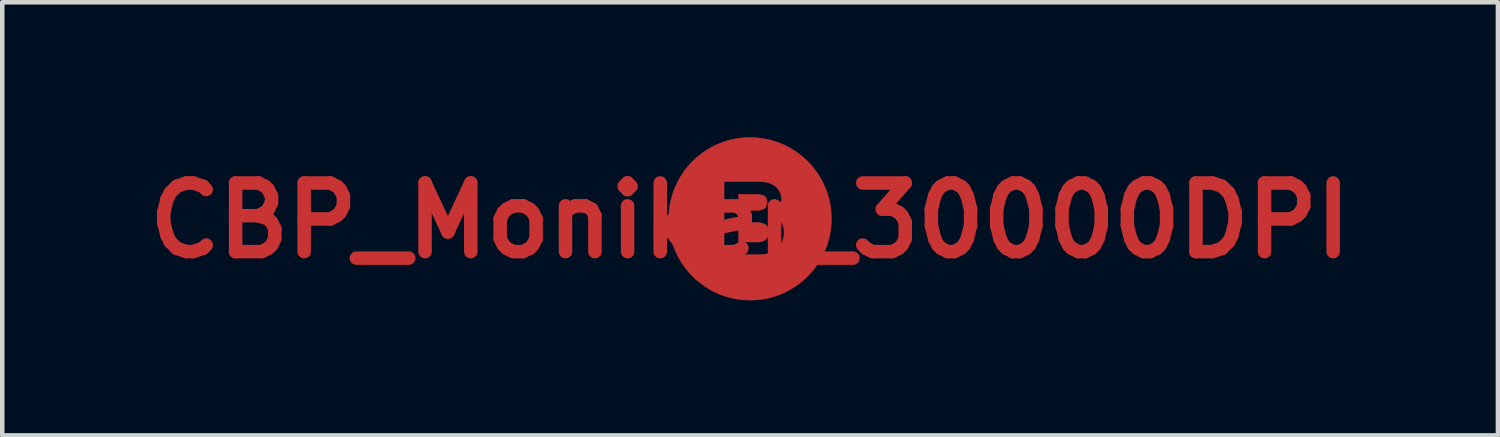
<source format=kicad_pcb>
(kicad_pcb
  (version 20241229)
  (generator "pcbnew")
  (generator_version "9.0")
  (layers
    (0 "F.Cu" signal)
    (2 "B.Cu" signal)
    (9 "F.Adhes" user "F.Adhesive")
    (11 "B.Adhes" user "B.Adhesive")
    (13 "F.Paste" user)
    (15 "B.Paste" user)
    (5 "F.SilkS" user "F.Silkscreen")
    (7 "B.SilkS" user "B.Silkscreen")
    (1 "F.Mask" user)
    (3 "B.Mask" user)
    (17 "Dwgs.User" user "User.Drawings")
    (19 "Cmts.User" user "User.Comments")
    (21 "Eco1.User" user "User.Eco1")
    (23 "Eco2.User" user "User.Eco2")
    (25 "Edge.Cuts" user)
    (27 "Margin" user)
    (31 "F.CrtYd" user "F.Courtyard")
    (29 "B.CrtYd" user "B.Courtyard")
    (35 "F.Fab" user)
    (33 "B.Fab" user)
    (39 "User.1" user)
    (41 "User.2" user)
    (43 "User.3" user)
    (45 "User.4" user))
  (footprint "CBP_Moniker_30000DPI"
    (layer "F.Cu")
    (at 13.614 1.85)
    (property "Reference" "CBP_Moniker_30000DPI" (at 0 0 0) (layer "F.Cu") (effects (font (size 1.524 1.524) (thickness 0.3))))
    (attr through_hole)
    (fp_poly (pts (xy -0.071 -0.583) (xy -0.051 -0.583) (xy -0.032 -0.583) (xy -0.014 -0.583) (xy 0.004 -0.583) (xy 0.021 -0.583) (xy 0.037 -0.583) (xy 0.052 -0.583) (xy 0.066 -0.583) (xy 0.079 -0.583) (xy 0.091 -0.583) (xy 0.101 -0.583) (xy 0.111 -0.583) (xy 0.119 -0.583) (xy 0.125 -0.583) (xy 0.13 -0.583) (xy 0.134 -0.582) (xy 0.134 -0.582) (xy 0.158 -0.581) (xy 0.182 -0.579) (xy 0.203 -0.577) (xy 0.224 -0.574) (xy 0.244 -0.57) (xy 0.262 -0.566) (xy 0.27 -0.564) (xy 0.279 -0.562) (xy 0.286 -0.559) (xy 0.292 -0.557) (xy 0.297 -0.555) (xy 0.302 -0.553) (xy 0.304 -0.552) (xy 0.317 -0.544) (xy 0.328 -0.535) (xy 0.339 -0.525) (xy 0.348 -0.514) (xy 0.355 -0.503) (xy 0.362 -0.49) (xy 0.368 -0.475) (xy 0.372 -0.46) (xy 0.375 -0.443) (xy 0.376 -0.439) (xy 0.377 -0.434) (xy 0.377 -0.428) (xy 0.377 -0.421) (xy 0.377 -0.414) (xy 0.377 -0.406) (xy 0.377 -0.398) (xy 0.377 -0.39) (xy 0.377 -0.383) (xy 0.376 -0.377) (xy 0.376 -0.373) (xy 0.373 -0.356) (xy 0.369 -0.34) (xy 0.363 -0.326) (xy 0.357 -0.313) (xy 0.35 -0.301) (xy 0.342 -0.29) (xy 0.332 -0.28) (xy 0.321 -0.272) (xy 0.309 -0.264) (xy 0.309 -0.263) (xy 0.295 -0.256) (xy 0.28 -0.249) (xy 0.265 -0.243) (xy 0.248 -0.238) (xy 0.23 -0.233) (xy 0.211 -0.23) (xy 0.19 -0.227) (xy 0.181 -0.226) (xy 0.179 -0.226) (xy 0.177 -0.226) (xy 0.174 -0.226) (xy 0.169 -0.226) (xy 0.164 -0.225) (xy 0.158 -0.225) (xy 0.151 -0.225) (xy 0.143 -0.225) (xy 0.133 -0.225) (xy 0.122 -0.225) (xy 0.111 -0.225) (xy 0.097 -0.225) (xy 0.083 -0.225) (xy 0.067 -0.225) (xy 0.049 -0.225) (xy 0.031 -0.225) (xy 0.01 -0.225) (xy -0.012 -0.225) (xy -0.035 -0.225) (xy -0.042 -0.225) (xy -0.254 -0.224) (xy -0.254 -0.583) (xy -0.071 -0.583)) (stroke (width 0.01) (type solid)) (fill yes) (layer "F.Cu"))
    (fp_poly (pts (xy -0.039 0.045) (xy -0.014 0.045) (xy 0.009 0.045) (xy 0.031 0.045) (xy 0.051 0.045) (xy 0.07 0.045) (xy 0.087 0.045) (xy 0.102 0.045) (xy 0.116 0.046) (xy 0.129 0.046) (xy 0.14 0.046) (xy 0.15 0.046) (xy 0.159 0.046) (xy 0.167 0.046) (xy 0.173 0.046) (xy 0.178 0.046) (xy 0.182 0.046) (xy 0.185 0.046) (xy 0.187 0.046) (xy 0.188 0.046) (xy 0.201 0.048) (xy 0.214 0.049) (xy 0.225 0.051) (xy 0.235 0.052) (xy 0.245 0.054) (xy 0.254 0.055) (xy 0.258 0.056) (xy 0.277 0.061) (xy 0.295 0.067) (xy 0.312 0.074) (xy 0.327 0.082) (xy 0.341 0.091) (xy 0.353 0.101) (xy 0.36 0.107) (xy 0.371 0.119) (xy 0.38 0.131) (xy 0.388 0.144) (xy 0.395 0.159) (xy 0.401 0.174) (xy 0.406 0.19) (xy 0.409 0.208) (xy 0.41 0.217) (xy 0.411 0.222) (xy 0.411 0.229) (xy 0.411 0.238) (xy 0.411 0.246) (xy 0.411 0.255) (xy 0.411 0.264) (xy 0.411 0.273) (xy 0.41 0.28) (xy 0.41 0.287) (xy 0.409 0.29) (xy 0.406 0.311) (xy 0.402 0.33) (xy 0.396 0.347) (xy 0.389 0.364) (xy 0.381 0.379) (xy 0.372 0.394) (xy 0.362 0.407) (xy 0.35 0.419) (xy 0.337 0.43) (xy 0.323 0.439) (xy 0.308 0.448) (xy 0.304 0.45) (xy 0.294 0.454) (xy 0.283 0.458) (xy 0.272 0.462) (xy 0.26 0.466) (xy 0.247 0.468) (xy 0.234 0.471) (xy 0.219 0.473) (xy 0.202 0.475) (xy 0.187 0.477) (xy 0.185 0.477) (xy 0.182 0.477) (xy 0.178 0.477) (xy 0.173 0.477) (xy 0.166 0.477) (xy 0.158 0.477) (xy 0.149 0.478) (xy 0.139 0.478) (xy 0.127 0.478) (xy 0.114 0.478) (xy 0.099 0.478) (xy 0.083 0.478) (xy 0.065 0.478) (xy 0.046 0.478) (xy 0.025 0.478) (xy 0.003 0.478) (xy -0.021 0.478) (xy -0.039 0.478) (xy -0.254 0.478) (xy -0.254 0.045) (xy -0.039 0.045)) (stroke (width 0.01) (type solid)) (fill yes) (layer "F.Cu"))
    (fp_poly (pts (xy 0.018 -1.845) (xy 0.028 -1.845) (xy 0.039 -1.845) (xy 0.048 -1.844) (xy 0.056 -1.844) (xy 0.06 -1.844) (xy 0.091 -1.843) (xy 0.121 -1.841) (xy 0.15 -1.839) (xy 0.178 -1.836) (xy 0.179 -1.836) (xy 0.234 -1.83) (xy 0.288 -1.822) (xy 0.342 -1.813) (xy 0.396 -1.802) (xy 0.449 -1.789) (xy 0.502 -1.774) (xy 0.555 -1.758) (xy 0.607 -1.741) (xy 0.658 -1.722) (xy 0.709 -1.701) (xy 0.759 -1.679) (xy 0.809 -1.655) (xy 0.857 -1.629) (xy 0.876 -1.619) (xy 0.924 -1.591) (xy 0.971 -1.562) (xy 1.017 -1.532) (xy 1.062 -1.5) (xy 1.106 -1.467) (xy 1.149 -1.432) (xy 1.191 -1.397) (xy 1.232 -1.36) (xy 1.272 -1.321) (xy 1.311 -1.282) (xy 1.348 -1.241) (xy 1.37 -1.217) (xy 1.405 -1.175) (xy 1.438 -1.132) (xy 1.471 -1.088) (xy 1.502 -1.043) (xy 1.532 -0.997) (xy 1.56 -0.95) (xy 1.587 -0.902) (xy 1.613 -0.854) (xy 1.637 -0.805) (xy 1.659 -0.755) (xy 1.68 -0.705) (xy 1.684 -0.693) (xy 1.704 -0.642) (xy 1.721 -0.589) (xy 1.737 -0.537) (xy 1.752 -0.484) (xy 1.764 -0.43) (xy 1.775 -0.376) (xy 1.785 -0.322) (xy 1.792 -0.268) (xy 1.798 -0.213) (xy 1.803 -0.158) (xy 1.806 -0.103) (xy 1.807 -0.048) (xy 1.806 0.008) (xy 1.804 0.064) (xy 1.8 0.12) (xy 1.799 0.128) (xy 1.793 0.182) (xy 1.786 0.236) (xy 1.777 0.29) (xy 1.766 0.343) (xy 1.754 0.396) (xy 1.74 0.449) (xy 1.725 0.501) (xy 1.708 0.553) (xy 1.689 0.604) (xy 1.669 0.655) (xy 1.647 0.705) (xy 1.624 0.755) (xy 1.599 0.804) (xy 1.572 0.852) (xy 1.548 0.894) (xy 1.519 0.94) (xy 1.488 0.986) (xy 1.456 1.031) (xy 1.423 1.075) (xy 1.388 1.118) (xy 1.352 1.159) (xy 1.315 1.2) (xy 1.277 1.24) (xy 1.237 1.278) (xy 1.196 1.315) (xy 1.155 1.351) (xy 1.112 1.386) (xy 1.087 1.405) (xy 1.046 1.434) (xy 1.006 1.462) (xy 0.964 1.489) (xy 0.921 1.516) (xy 0.877 1.541) (xy 0.86 1.551) (xy 0.852 1.555) (xy 0.843 1.559) (xy 0.833 1.565) (xy 0.823 1.57) (xy 0.812 1.576) (xy 0.8 1.581) (xy 0.789 1.587) (xy 0.778 1.592) (xy 0.768 1.597) (xy 0.759 1.601) (xy 0.751 1.605) (xy 0.749 1.606) (xy 0.698 1.628) (xy 0.647 1.649) (xy 0.595 1.668) (xy 0.543 1.685) (xy 0.49 1.701) (xy 0.437 1.715) (xy 0.384 1.727) (xy 0.33 1.738) (xy 0.276 1.747) (xy 0.221 1.754) (xy 0.166 1.76) (xy 0.11 1.764) (xy 0.096 1.765) (xy 0.08 1.766) (xy 0.064 1.767) (xy 0.047 1.767) (xy 0.029 1.767) (xy 0.011 1.768) (xy -0.006 1.768) (xy -0.023 1.768) (xy -0.039 1.767) (xy -0.044 1.767) (xy -0.099 1.765) (xy -0.155 1.761) (xy -0.21 1.756) (xy -0.264 1.748) (xy -0.319 1.74) (xy -0.373 1.729) (xy -0.426 1.717) (xy -0.479 1.703) (xy -0.531 1.688) (xy -0.583 1.671) (xy -0.635 1.653) (xy -0.686 1.633) (xy -0.736 1.611) (xy -0.786 1.588) (xy -0.835 1.564) (xy -0.883 1.537) (xy -0.926 1.513) (xy -0.973 1.483) (xy -1.019 1.453) (xy -1.064 1.421) (xy -1.109 1.387) (xy -1.152 1.353) (xy -1.194 1.317) (xy -1.234 1.28) (xy -1.274 1.242) (xy -1.312 1.202) (xy -1.35 1.162) (xy -1.386 1.12) (xy -1.42 1.077) (xy -1.454 1.033) (xy -1.486 0.988) (xy -1.506 0.959) (xy -1.535 0.913) (xy -1.564 0.866) (xy -1.591 0.817) (xy -1.616 0.769) (xy -1.62 0.76) (xy -0.578 0.76) (xy -0.195 0.76) (xy -0.163 0.76) (xy -0.131 0.76) (xy -0.101 0.76) (xy -0.072 0.76) (xy -0.045 0.76) (xy -0.019 0.76) (xy 0.006 0.76) (xy 0.03 0.76) (xy 0.052 0.76) (xy 0.073 0.76) (xy 0.093 0.76) (xy 0.111 0.76) (xy 0.128 0.76) (xy 0.143 0.76) (xy 0.156 0.76) (xy 0.168 0.76) (xy 0.179 0.76) (xy 0.188 0.76) (xy 0.195 0.76) (xy 0.201 0.76) (xy 0.205 0.76) (xy 0.207 0.759) (xy 0.24 0.758) (xy 0.273 0.755) (xy 0.305 0.752) (xy 0.335 0.747) (xy 0.364 0.742) (xy 0.379 0.739) (xy 0.406 0.733) (xy 0.432 0.726) (xy 0.457 0.717) (xy 0.481 0.708) (xy 0.504 0.697) (xy 0.527 0.684) (xy 0.548 0.671) (xy 0.569 0.656) (xy 0.589 0.64) (xy 0.591 0.639) (xy 0.595 0.635) (xy 0.6 0.63) (xy 0.606 0.624) (xy 0.612 0.618) (xy 0.619 0.612) (xy 0.625 0.605) (xy 0.63 0.599) (xy 0.636 0.594) (xy 0.64 0.589) (xy 0.641 0.588) (xy 0.658 0.565) (xy 0.675 0.542) (xy 0.69 0.517) (xy 0.703 0.493) (xy 0.715 0.469) (xy 0.725 0.443) (xy 0.734 0.417) (xy 0.741 0.39) (xy 0.747 0.363) (xy 0.751 0.342) (xy 0.752 0.334) (xy 0.752 0.327) (xy 0.753 0.32) (xy 0.754 0.314) (xy 0.754 0.307) (xy 0.754 0.301) (xy 0.755 0.293) (xy 0.755 0.285) (xy 0.755 0.276) (xy 0.755 0.268) (xy 0.755 0.257) (xy 0.755 0.247) (xy 0.754 0.239) (xy 0.754 0.231) (xy 0.754 0.223) (xy 0.753 0.216) (xy 0.752 0.209) (xy 0.751 0.201) (xy 0.75 0.193) (xy 0.746 0.167) (xy 0.74 0.142) (xy 0.733 0.117) (xy 0.724 0.094) (xy 0.714 0.072) (xy 0.703 0.05) (xy 0.691 0.03) (xy 0.677 0.011) (xy 0.662 -0.008) (xy 0.646 -0.025) (xy 0.643 -0.028) (xy 0.628 -0.042) (xy 0.612 -0.054) (xy 0.596 -0.066) (xy 0.578 -0.077) (xy 0.56 -0.087) (xy 0.541 -0.097) (xy 0.52 -0.106) (xy 0.506 -0.111) (xy 0.506 -0.111) (xy 0.506 -0.112) (xy 0.506 -0.113) (xy 0.508 -0.114) (xy 0.511 -0.115) (xy 0.515 -0.118) (xy 0.516 -0.118) (xy 0.538 -0.131) (xy 0.558 -0.144) (xy 0.577 -0.157) (xy 0.594 -0.171) (xy 0.601 -0.177) (xy 0.616 -0.192) (xy 0.631 -0.208) (xy 0.644 -0.226) (xy 0.655 -0.245) (xy 0.666 -0.264) (xy 0.675 -0.285) (xy 0.683 -0.307) (xy 0.689 -0.329) (xy 0.694 -0.353) (xy 0.698 -0.378) (xy 0.698 -0.379) (xy 0.701 -0.401) (xy 0.702 -0.424) (xy 0.702 -0.447) (xy 0.702 -0.47) (xy 0.7 -0.493) (xy 0.699 -0.505) (xy 0.695 -0.531) (xy 0.69 -0.556) (xy 0.683 -0.581) (xy 0.675 -0.605) (xy 0.665 -0.628) (xy 0.654 -0.65) (xy 0.642 -0.671) (xy 0.628 -0.692) (xy 0.613 -0.711) (xy 0.613 -0.711) (xy 0.6 -0.726) (xy 0.586 -0.74) (xy 0.57 -0.754) (xy 0.554 -0.767) (xy 0.538 -0.779) (xy 0.535 -0.781) (xy 0.522 -0.789) (xy 0.507 -0.798) (xy 0.491 -0.806) (xy 0.475 -0.814) (xy 0.458 -0.821) (xy 0.441 -0.827) (xy 0.426 -0.833) (xy 0.41 -0.838) (xy 0.394 -0.842) (xy 0.378 -0.846) (xy 0.362 -0.85) (xy 0.345 -0.853) (xy 0.327 -0.856) (xy 0.309 -0.858) (xy 0.289 -0.861) (xy 0.268 -0.863) (xy 0.257 -0.864) (xy 0.255 -0.864) (xy 0.253 -0.864) (xy 0.25 -0.864) (xy 0.246 -0.864) (xy 0.242 -0.864) (xy 0.237 -0.864) (xy 0.23 -0.864) (xy 0.223 -0.864) (xy 0.215 -0.864) (xy 0.205 -0.864) (xy 0.195 -0.864) (xy 0.184 -0.865) (xy 0.171 -0.865) (xy 0.157 -0.865) (xy 0.143 -0.865) (xy 0.126 -0.865) (xy 0.109 -0.865) (xy 0.09 -0.865) (xy 0.07 -0.865) (xy 0.049 -0.865) (xy 0.026 -0.865) (xy 0.002 -0.865) (xy -0.024 -0.865) (xy -0.052 -0.865) (xy -0.08 -0.865) (xy -0.111 -0.865) (xy -0.143 -0.865) (xy -0.167 -0.865) (xy -0.578 -0.865) (xy -0.578 0.76) (xy -1.62 0.76) (xy -1.64 0.719) (xy -1.662 0.669) (xy -1.683 0.619) (xy -1.702 0.567) (xy -1.72 0.515) (xy -1.736 0.463) (xy -1.75 0.41) (xy -1.763 0.357) (xy -1.774 0.303) (xy -1.783 0.249) (xy -1.791 0.194) (xy -1.797 0.14) (xy -1.8 0.115) (xy -1.802 0.09) (xy -1.803 0.066) (xy -1.804 0.042) (xy -1.805 0.018) (xy -1.806 -0.007) (xy -1.806 -0.033) (xy -1.806 -0.057) (xy -1.806 -0.069) (xy -1.805 -0.08) (xy -1.805 -0.089) (xy -1.805 -0.098) (xy -1.805 -0.106) (xy -1.805 -0.114) (xy -1.804 -0.122) (xy -1.804 -0.13) (xy -1.803 -0.138) (xy -1.803 -0.147) (xy -1.802 -0.157) (xy -1.802 -0.16) (xy -1.798 -0.214) (xy -1.792 -0.269) (xy -1.784 -0.323) (xy -1.775 -0.377) (xy -1.764 -0.43) (xy -1.751 -0.483) (xy -1.737 -0.536) (xy -1.721 -0.588) (xy -1.704 -0.64) (xy -1.685 -0.691) (xy -1.664 -0.742) (xy -1.642 -0.792) (xy -1.618 -0.841) (xy -1.593 -0.89) (xy -1.569 -0.934) (xy -1.541 -0.981) (xy -1.512 -1.027) (xy -1.481 -1.073) (xy -1.449 -1.118) (xy -1.415 -1.161) (xy -1.38 -1.204) (xy -1.359 -1.228) (xy -1.339 -1.251) (xy -1.317 -1.275) (xy -1.294 -1.298) (xy -1.271 -1.322) (xy -1.247 -1.345) (xy -1.224 -1.367) (xy -1.2 -1.388) (xy -1.189 -1.398) (xy -1.147 -1.434) (xy -1.104 -1.468) (xy -1.06 -1.501) (xy -1.015 -1.533) (xy -0.969 -1.563) (xy -0.922 -1.592) (xy -0.875 -1.619) (xy -0.827 -1.645) (xy -0.778 -1.669) (xy -0.728 -1.692) (xy -0.678 -1.713) (xy -0.627 -1.733) (xy -0.576 -1.751) (xy -0.524 -1.768) (xy -0.471 -1.783) (xy -0.418 -1.796) (xy -0.364 -1.808) (xy -0.329 -1.815) (xy -0.3 -1.82) (xy -0.271 -1.825) (xy -0.243 -1.829) (xy -0.214 -1.833) (xy -0.185 -1.836) (xy -0.155 -1.838) (xy -0.124 -1.841) (xy -0.091 -1.843) (xy -0.085 -1.843) (xy -0.078 -1.844) (xy -0.071 -1.844) (xy -0.062 -1.844) (xy -0.052 -1.844) (xy -0.041 -1.844) (xy -0.029 -1.845) (xy -0.018 -1.845) (xy -0.006 -1.845) (xy 0.006 -1.845) (xy 0.018 -1.845)) (stroke (width 0.01) (type solid)) (fill yes) (layer "F.Cu")))
  (gr_rect
    (start -3 -3)
    (end 30.229 6.622)
    (stroke (width 0.1) (type default))
    (fill no)
    (layer "Edge.Cuts")))
</source>
